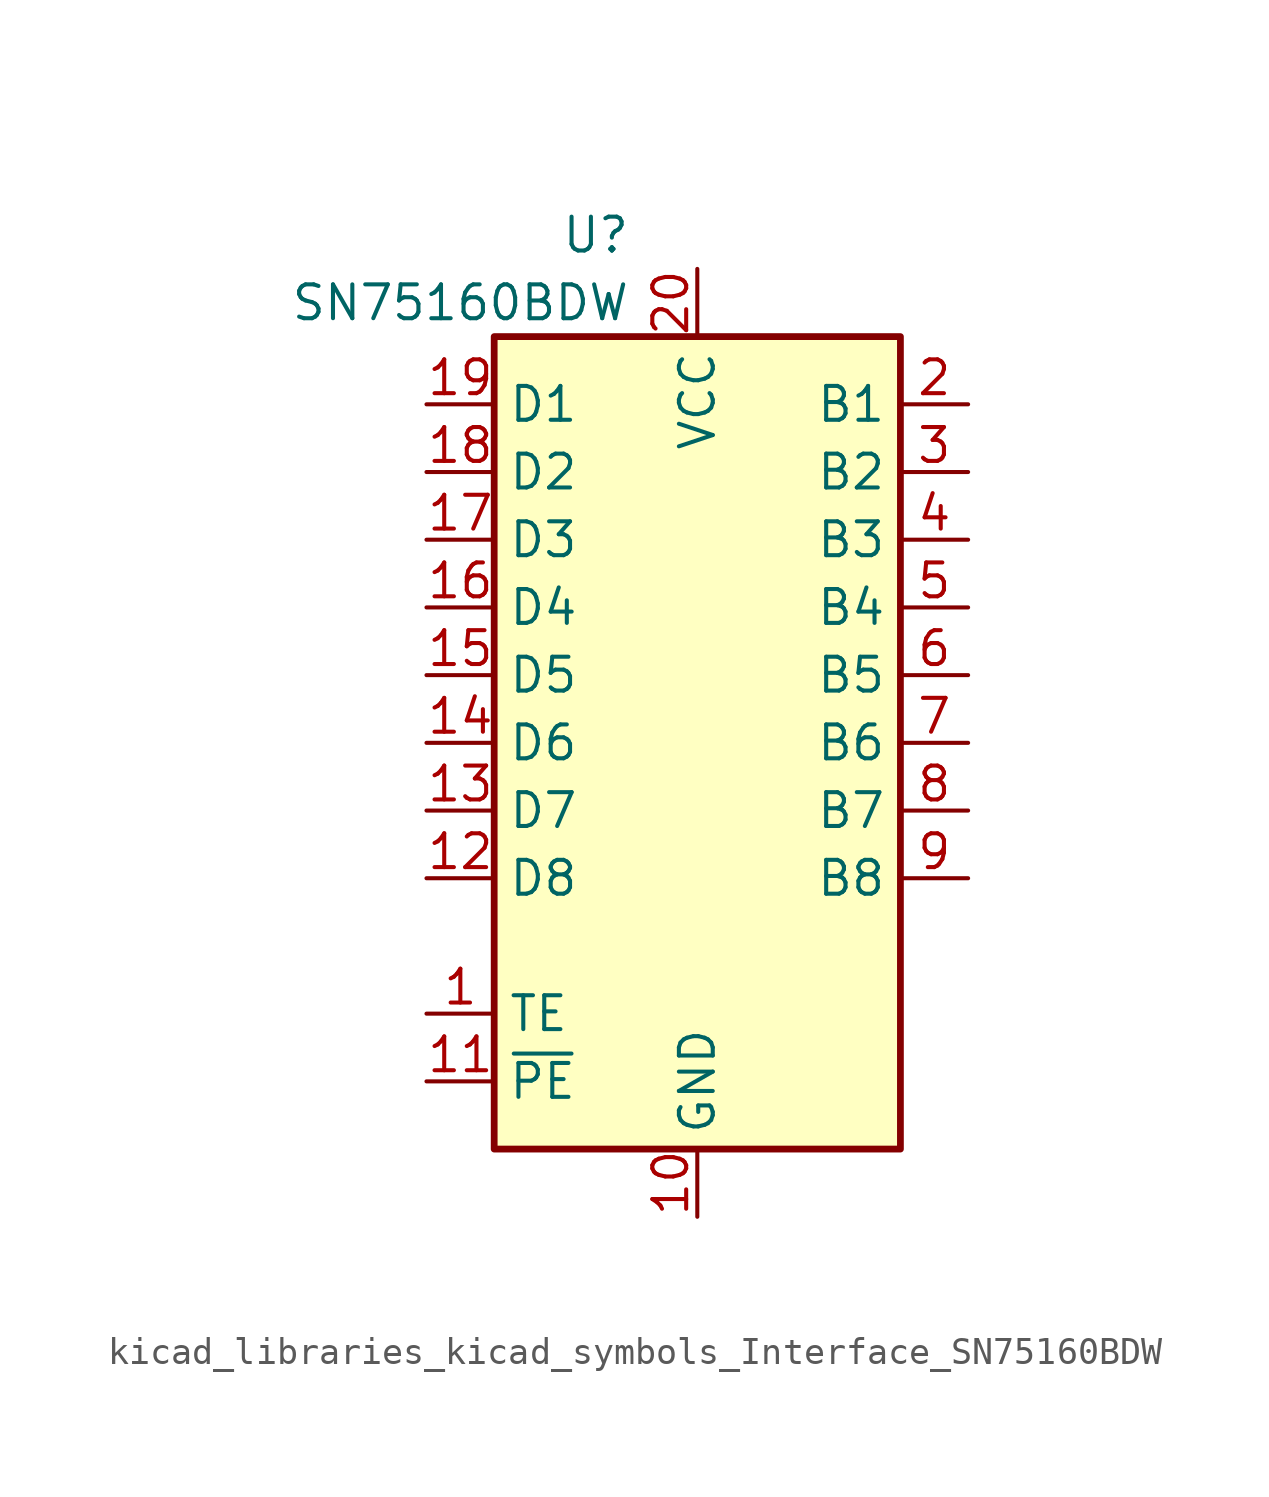
<source format=kicad_sym>
(kicad_symbol_lib
  (version 20220914)
  (generator kicad_symbol_editor)
  (symbol "kicad_libraries_kicad_symbols_Interface_SN75160BDW"
    (property "Reference" "U"
      (at -3.81 19.05 0)
      (effects (font (size 1.27 1.27))))
    (property "Value" "SN75160BDW"
      (at -8.89 16.51 0)
      (effects (font (size 1.27 1.27))))
    (symbol "kicad_libraries_kicad_symbols_Interface_SN75160BDW_0_1"
      (rectangle (start -7.62 15.24) (end 7.62 -15.24) (stroke (width 0.254) (type default)) (fill (type background))))
    (symbol "kicad_libraries_kicad_symbols_Interface_SN75160BDW_1_1"
      (pin input line (at -10.16 -10.16 0) (length 2.54) (name "TE" (effects (font (size 1.27 1.27)))) (number "1" (effects (font (size 1.27 1.27)))))
      (pin power_in line (at 0 -17.78 90) (length 2.54) (name "GND" (effects (font (size 1.27 1.27)))) (number "10" (effects (font (size 1.27 1.27)))))
      (pin input line (at -10.16 -12.7 0) (length 2.54) (name "~{PE}" (effects (font (size 1.27 1.27)))) (number "11" (effects (font (size 1.27 1.27)))))
      (pin bidirectional line (at -10.16 -5.08 0) (length 2.54) (name "D8" (effects (font (size 1.27 1.27)))) (number "12" (effects (font (size 1.27 1.27)))))
      (pin bidirectional line (at -10.16 -2.54 0) (length 2.54) (name "D7" (effects (font (size 1.27 1.27)))) (number "13" (effects (font (size 1.27 1.27)))))
      (pin bidirectional line (at -10.16 0 0) (length 2.54) (name "D6" (effects (font (size 1.27 1.27)))) (number "14" (effects (font (size 1.27 1.27)))))
      (pin bidirectional line (at -10.16 2.54 0) (length 2.54) (name "D5" (effects (font (size 1.27 1.27)))) (number "15" (effects (font (size 1.27 1.27)))))
      (pin bidirectional line (at -10.16 5.08 0) (length 2.54) (name "D4" (effects (font (size 1.27 1.27)))) (number "16" (effects (font (size 1.27 1.27)))))
      (pin bidirectional line (at -10.16 7.62 0) (length 2.54) (name "D3" (effects (font (size 1.27 1.27)))) (number "17" (effects (font (size 1.27 1.27)))))
      (pin bidirectional line (at -10.16 10.16 0) (length 2.54) (name "D2" (effects (font (size 1.27 1.27)))) (number "18" (effects (font (size 1.27 1.27)))))
      (pin bidirectional line (at -10.16 12.7 0) (length 2.54) (name "D1" (effects (font (size 1.27 1.27)))) (number "19" (effects (font (size 1.27 1.27)))))
      (pin bidirectional line (at 10.16 12.7 180) (length 2.54) (name "B1" (effects (font (size 1.27 1.27)))) (number "2" (effects (font (size 1.27 1.27)))))
      (pin power_in line (at 0 17.78 270) (length 2.54) (name "VCC" (effects (font (size 1.27 1.27)))) (number "20" (effects (font (size 1.27 1.27)))))
      (pin bidirectional line (at 10.16 10.16 180) (length 2.54) (name "B2" (effects (font (size 1.27 1.27)))) (number "3" (effects (font (size 1.27 1.27)))))
      (pin bidirectional line (at 10.16 7.62 180) (length 2.54) (name "B3" (effects (font (size 1.27 1.27)))) (number "4" (effects (font (size 1.27 1.27)))))
      (pin bidirectional line (at 10.16 5.08 180) (length 2.54) (name "B4" (effects (font (size 1.27 1.27)))) (number "5" (effects (font (size 1.27 1.27)))))
      (pin bidirectional line (at 10.16 2.54 180) (length 2.54) (name "B5" (effects (font (size 1.27 1.27)))) (number "6" (effects (font (size 1.27 1.27)))))
      (pin bidirectional line (at 10.16 0 180) (length 2.54) (name "B6" (effects (font (size 1.27 1.27)))) (number "7" (effects (font (size 1.27 1.27)))))
      (pin bidirectional line (at 10.16 -2.54 180) (length 2.54) (name "B7" (effects (font (size 1.27 1.27)))) (number "8" (effects (font (size 1.27 1.27)))))
      (pin bidirectional line (at 10.16 -5.08 180) (length 2.54) (name "B8" (effects (font (size 1.27 1.27)))) (number "9" (effects (font (size 1.27 1.27))))))))
</source>
